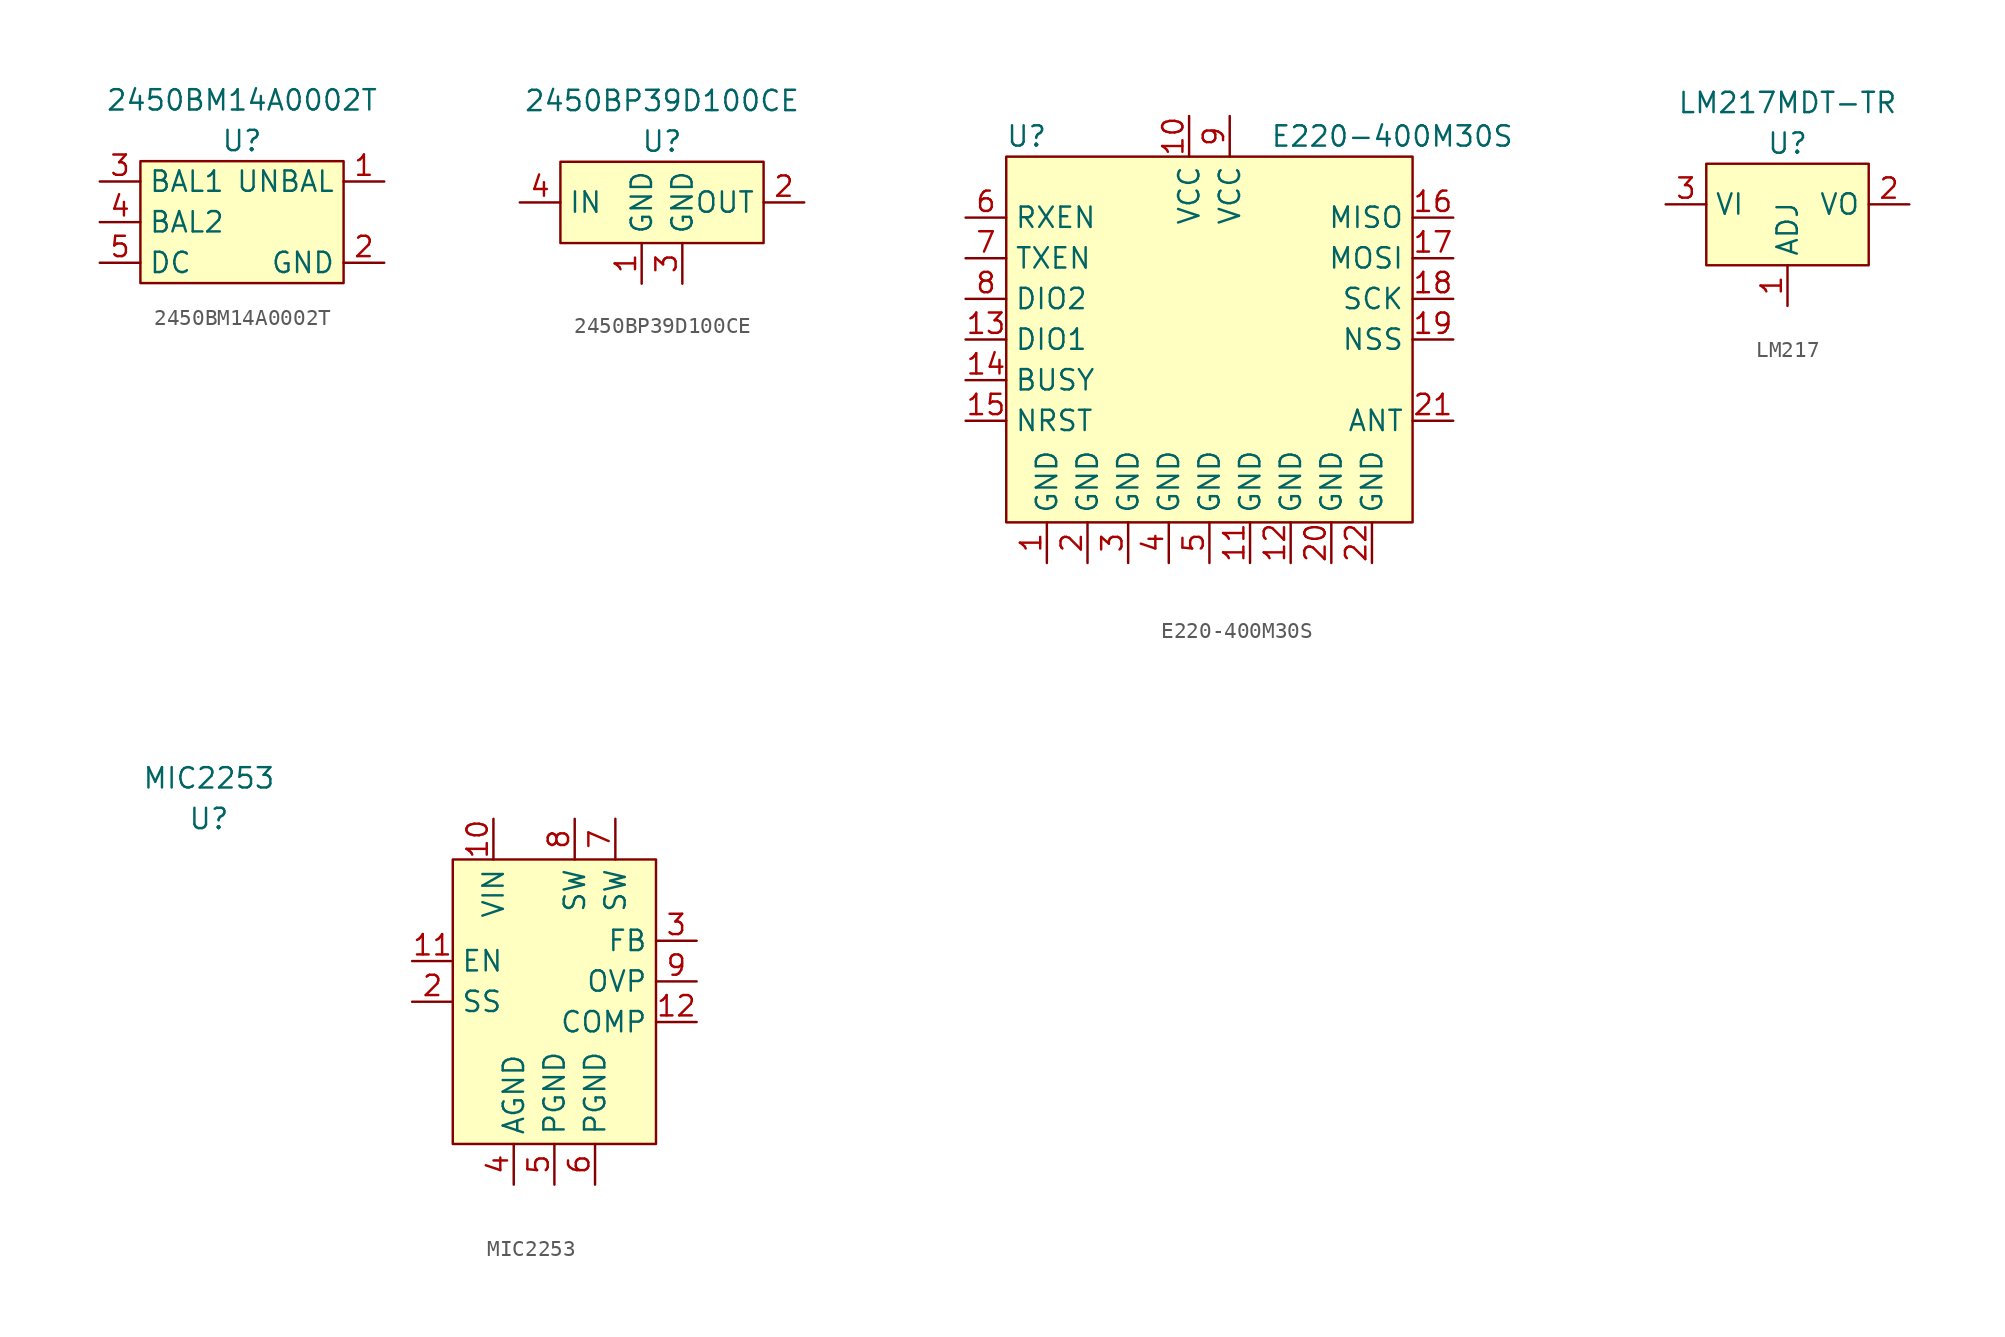
<source format=kicad_sym>
(kicad_symbol_lib
  (version 20220914)
  (generator kicad_symbol_editor)
  (symbol "2450BM14A0002T"
    (property "Reference" "U"
      (at 0 1.27 0)
      (effects (font (size 1.27 1.27))))
    (property "Value" "2450BM14A0002T"
      (at 0 3.81 0)
      (effects (font (size 1.27 1.27))))
    (symbol "2450BM14A0002T_0_0"
      (pin output line (at 8.89 -1.27 180) (length 2.54) (name "UNBAL" (effects (font (size 1.27 1.27)))) (number "1" (effects (font (size 1.27 1.27)))))
      (pin power_in line (at 8.89 -6.35 180) (length 2.54) (name "GND" (effects (font (size 1.27 1.27)))) (number "2" (effects (font (size 1.27 1.27)))))
      (pin input line (at -8.89 -1.27 0) (length 2.54) (name "BAL1" (effects (font (size 1.27 1.27)))) (number "3" (effects (font (size 1.27 1.27)))))
      (pin input line (at -8.89 -3.81 0) (length 2.54) (name "BAL2" (effects (font (size 1.27 1.27)))) (number "4" (effects (font (size 1.27 1.27)))))
      (pin input line (at -8.89 -6.35 0) (length 2.54) (name "DC" (effects (font (size 1.27 1.27)))) (number "5" (effects (font (size 1.27 1.27)))))
      (pin no_connect line (at 8.89 -3.81 180) (length 2.54) hide (name "NC" (effects (font (size 1.27 1.27)))) (number "6" (effects (font (size 1.27 1.27))))))
    (symbol "2450BM14A0002T_0_1"
      (rectangle (start -6.35 0) (end 6.35 -7.62) (stroke (width 0) (type default)) (fill (type background)))))
  (symbol "2450BP39D100CE"
    (property "Reference" "U"
      (at 0 1.27 0)
      (effects (font (size 1.27 1.27))))
    (property "Value" "2450BP39D100CE"
      (at 0 3.81 0)
      (effects (font (size 1.27 1.27))))
    (symbol "2450BP39D100CE_0_0"
      (pin power_in line (at -1.27 -7.62 90) (length 2.54) (name "GND" (effects (font (size 1.27 1.27)))) (number "1" (effects (font (size 1.27 1.27)))))
      (pin output line (at 8.89 -2.54 180) (length 2.54) (name "OUT" (effects (font (size 1.27 1.27)))) (number "2" (effects (font (size 1.27 1.27)))))
      (pin power_in line (at 1.27 -7.62 90) (length 2.54) (name "GND" (effects (font (size 1.27 1.27)))) (number "3" (effects (font (size 1.27 1.27)))))
      (pin input line (at -8.89 -2.54 0) (length 2.54) (name "IN" (effects (font (size 1.27 1.27)))) (number "4" (effects (font (size 1.27 1.27))))))
    (symbol "2450BP39D100CE_0_1"
      (rectangle (start -6.35 0) (end 6.35 -5.08) (stroke (width 0) (type default)) (fill (type background)))))
  (symbol "E220-400M30S"
    (property "Reference" "U"
      (at -11.43 1.27 0)
      (effects (font (size 1.27 1.27))))
    (property "Value" "E220-400M30S"
      (at 11.43 1.27 0)
      (effects (font (size 1.27 1.27))))
    (symbol "E220-400M30S_0_0"
      (pin power_in line (at -10.16 -25.4 90) (length 2.54) (name "GND" (effects (font (size 1.27 1.27)))) (number "1" (effects (font (size 1.27 1.27)))))
      (pin power_in line (at -1.27 2.54 270) (length 2.54) (name "VCC" (effects (font (size 1.27 1.27)))) (number "10" (effects (font (size 1.27 1.27)))))
      (pin power_in line (at 2.54 -25.4 90) (length 2.54) (name "GND" (effects (font (size 1.27 1.27)))) (number "11" (effects (font (size 1.27 1.27)))))
      (pin power_in line (at 5.08 -25.4 90) (length 2.54) (name "GND" (effects (font (size 1.27 1.27)))) (number "12" (effects (font (size 1.27 1.27)))))
      (pin bidirectional line (at -15.24 -11.43 0) (length 2.54) (name "DIO1" (effects (font (size 1.27 1.27)))) (number "13" (effects (font (size 1.27 1.27)))))
      (pin output line (at -15.24 -13.97 0) (length 2.54) (name "BUSY" (effects (font (size 1.27 1.27)))) (number "14" (effects (font (size 1.27 1.27)))))
      (pin input line (at -15.24 -16.51 0) (length 2.54) (name "NRST" (effects (font (size 1.27 1.27)))) (number "15" (effects (font (size 1.27 1.27)))))
      (pin input line (at 15.24 -6.35 180) (length 2.54) (name "MOSI" (effects (font (size 1.27 1.27)))) (number "17" (effects (font (size 1.27 1.27)))))
      (pin input line (at 15.24 -8.89 180) (length 2.54) (name "SCK" (effects (font (size 1.27 1.27)))) (number "18" (effects (font (size 1.27 1.27)))))
      (pin input line (at 15.24 -11.43 180) (length 2.54) (name "NSS" (effects (font (size 1.27 1.27)))) (number "19" (effects (font (size 1.27 1.27)))))
      (pin power_in line (at -7.62 -25.4 90) (length 2.54) (name "GND" (effects (font (size 1.27 1.27)))) (number "2" (effects (font (size 1.27 1.27)))))
      (pin power_in line (at 7.62 -25.4 90) (length 2.54) (name "GND" (effects (font (size 1.27 1.27)))) (number "20" (effects (font (size 1.27 1.27)))))
      (pin output line (at 15.24 -16.51 180) (length 2.54) (name "ANT" (effects (font (size 1.27 1.27)))) (number "21" (effects (font (size 1.27 1.27)))))
      (pin power_in line (at 10.16 -25.4 90) (length 2.54) (name "GND" (effects (font (size 1.27 1.27)))) (number "22" (effects (font (size 1.27 1.27)))))
      (pin power_in line (at -5.08 -25.4 90) (length 2.54) (name "GND" (effects (font (size 1.27 1.27)))) (number "3" (effects (font (size 1.27 1.27)))))
      (pin power_in line (at -2.54 -25.4 90) (length 2.54) (name "GND" (effects (font (size 1.27 1.27)))) (number "4" (effects (font (size 1.27 1.27)))))
      (pin power_in line (at 0 -25.4 90) (length 2.54) (name "GND" (effects (font (size 1.27 1.27)))) (number "5" (effects (font (size 1.27 1.27)))))
      (pin input line (at -15.24 -3.81 0) (length 2.54) (name "RXEN" (effects (font (size 1.27 1.27)))) (number "6" (effects (font (size 1.27 1.27)))))
      (pin input line (at -15.24 -6.35 0) (length 2.54) (name "TXEN" (effects (font (size 1.27 1.27)))) (number "7" (effects (font (size 1.27 1.27)))))
      (pin bidirectional line (at -15.24 -8.89 0) (length 2.54) (name "DIO2" (effects (font (size 1.27 1.27)))) (number "8" (effects (font (size 1.27 1.27)))))
      (pin power_in line (at 1.27 2.54 270) (length 2.54) (name "VCC" (effects (font (size 1.27 1.27)))) (number "9" (effects (font (size 1.27 1.27))))))
    (symbol "E220-400M30S_1_0"
      (pin bidirectional line (at 15.24 -3.81 180) (length 2.54) (name "MISO" (effects (font (size 1.27 1.27)))) (number "16" (effects (font (size 1.27 1.27))))))
    (symbol "E220-400M30S_1_1"
      (rectangle (start -12.7 0) (end 12.7 -22.86) (stroke (width 0) (type default)) (fill (type background)))))
  (symbol "LM217"
    (property "Reference" "U"
      (at 0 1.27 0)
      (effects (font (size 1.27 1.27))))
    (property "Value" "LM217MDT-TR"
      (at 0 3.81 0)
      (effects (font (size 1.27 1.27))))
    (symbol "LM217_0_0"
      (pin input line (at 0 -8.89 90) (length 2.54) (name "ADJ" (effects (font (size 1.27 1.27)))) (number "1" (effects (font (size 1.27 1.27)))))
      (pin power_out line (at 7.62 -2.54 180) (length 2.54) (name "VO" (effects (font (size 1.27 1.27)))) (number "2" (effects (font (size 1.27 1.27)))))
      (pin power_in line (at -7.62 -2.54 0) (length 2.54) (name "VI" (effects (font (size 1.27 1.27)))) (number "3" (effects (font (size 1.27 1.27))))))
    (symbol "LM217_0_1"
      (rectangle (start -5.08 0) (end 5.08 -6.35) (stroke (width 0) (type default)) (fill (type background)))))
  (symbol "MIC2253"
    (property "Reference" "U"
      (at -21.59 2.54 0)
      (effects (font (size 1.27 1.27))))
    (property "Value" "MIC2253"
      (at -21.59 5.08 0)
      (effects (font (size 1.27 1.27))))
    (symbol "MIC2253_0_0"
      (pin power_in line (at -3.81 2.54 270) (length 2.54) (name "VIN" (effects (font (size 1.27 1.27)))) (number "10" (effects (font (size 1.27 1.27)))))
      (pin input line (at -8.89 -6.35 0) (length 2.54) (name "EN" (effects (font (size 1.27 1.27)))) (number "11" (effects (font (size 1.27 1.27)))))
      (pin input line (at 8.89 -10.16 180) (length 2.54) (name "COMP" (effects (font (size 1.27 1.27)))) (number "12" (effects (font (size 1.27 1.27)))))
      (pin input line (at -8.89 -8.89 0) (length 2.54) (name "SS" (effects (font (size 1.27 1.27)))) (number "2" (effects (font (size 1.27 1.27)))))
      (pin input line (at 8.89 -5.08 180) (length 2.54) (name "FB" (effects (font (size 1.27 1.27)))) (number "3" (effects (font (size 1.27 1.27)))))
      (pin power_in line (at -2.54 -20.32 90) (length 2.54) (name "AGND" (effects (font (size 1.27 1.27)))) (number "4" (effects (font (size 1.27 1.27)))))
      (pin power_in line (at 0 -20.32 90) (length 2.54) (name "PGND" (effects (font (size 1.27 1.27)))) (number "5" (effects (font (size 1.27 1.27)))))
      (pin power_in line (at 2.54 -20.32 90) (length 2.54) (name "PGND" (effects (font (size 1.27 1.27)))) (number "6" (effects (font (size 1.27 1.27)))))
      (pin bidirectional line (at 3.81 2.54 270) (length 2.54) (name "SW" (effects (font (size 1.27 1.27)))) (number "7" (effects (font (size 1.27 1.27)))))
      (pin bidirectional line (at 1.27 2.54 270) (length 2.54) (name "SW" (effects (font (size 1.27 1.27)))) (number "8" (effects (font (size 1.27 1.27)))))
      (pin input line (at 8.89 -7.62 180) (length 2.54) (name "OVP" (effects (font (size 1.27 1.27)))) (number "9" (effects (font (size 1.27 1.27))))))
    (symbol "MIC2253_1_0"
      (pin no_connect line (at 20.32 5.08 0) (length 2.54) hide (name "NC" (effects (font (size 1.27 1.27)))) (number "1" (effects (font (size 1.27 1.27))))))
    (symbol "MIC2253_1_1"
      (rectangle (start -6.35 0) (end 6.35 -17.78) (stroke (width 0) (type default)) (fill (type background))))))
</source>
